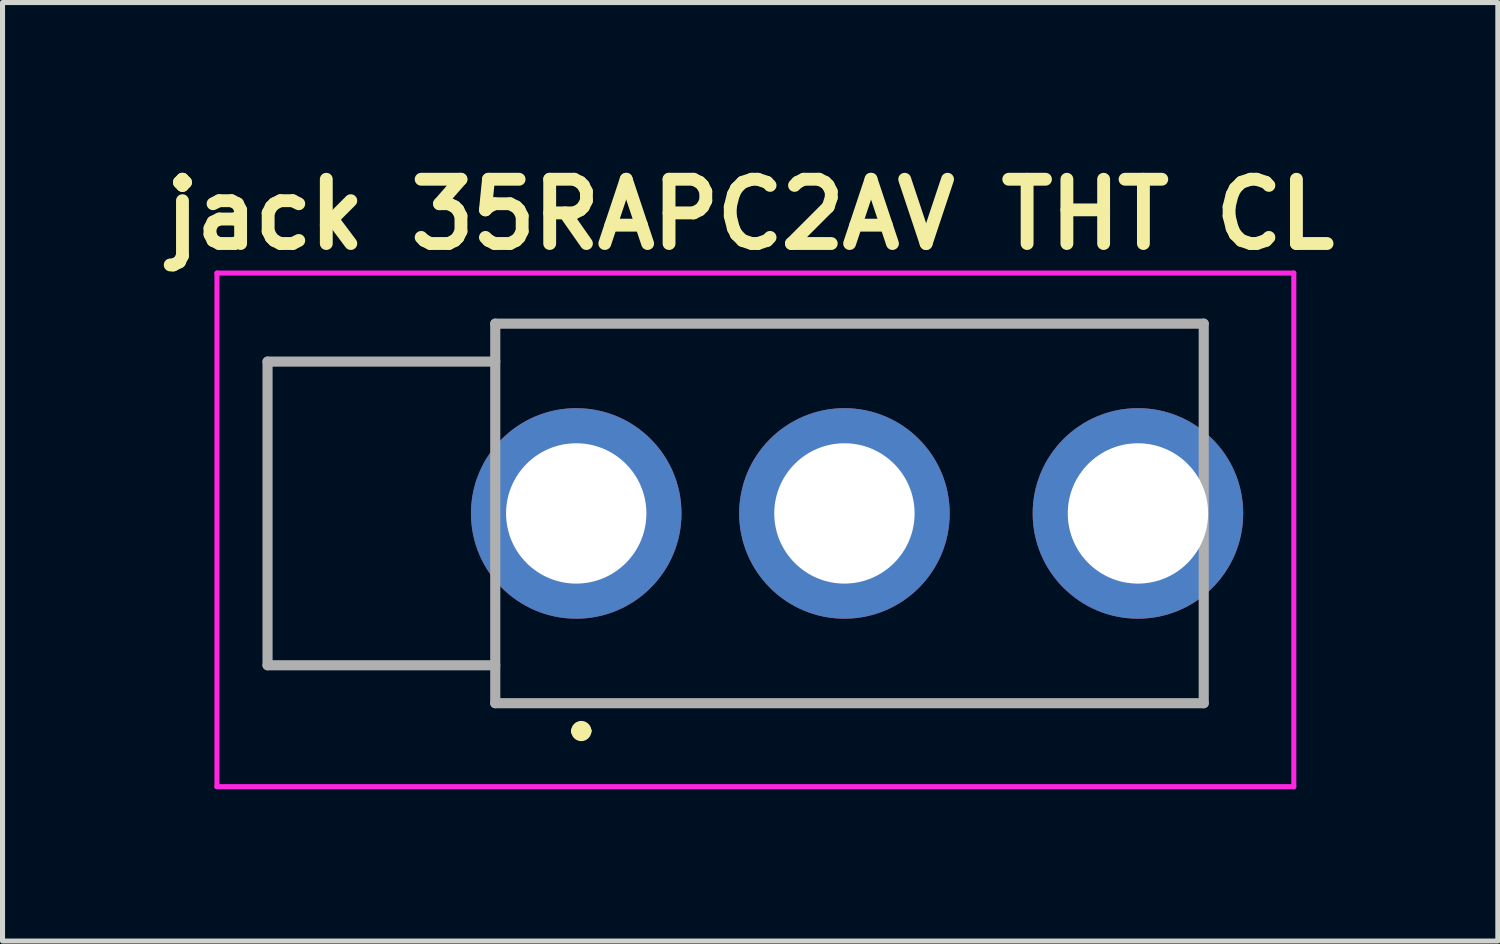
<source format=kicad_pcb>
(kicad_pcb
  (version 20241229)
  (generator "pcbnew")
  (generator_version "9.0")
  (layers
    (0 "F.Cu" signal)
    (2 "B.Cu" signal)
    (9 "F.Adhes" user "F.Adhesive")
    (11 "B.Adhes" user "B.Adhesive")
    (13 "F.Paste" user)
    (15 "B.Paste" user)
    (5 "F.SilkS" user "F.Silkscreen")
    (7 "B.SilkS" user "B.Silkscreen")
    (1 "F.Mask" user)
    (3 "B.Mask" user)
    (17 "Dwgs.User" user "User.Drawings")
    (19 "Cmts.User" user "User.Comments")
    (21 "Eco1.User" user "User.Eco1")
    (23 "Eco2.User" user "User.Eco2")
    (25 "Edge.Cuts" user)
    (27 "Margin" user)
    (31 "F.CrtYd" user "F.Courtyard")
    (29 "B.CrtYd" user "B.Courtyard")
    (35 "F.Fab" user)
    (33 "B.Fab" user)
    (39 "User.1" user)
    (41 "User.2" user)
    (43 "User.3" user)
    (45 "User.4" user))
  (footprint "jack 35RAPC2AV THT CL"
    (layer "F.Cu")
    (at 14.417 7.421)
    (property "Reference" "jack 35RAPC2AV THT CL" (at -2.643 -6.233 0) (layer "F.SilkS") (effects (font (size 1.27 1.27) (thickness 0.254))))
    (attr through_hole)
    (fp_line (start -12.18 -3.325) (end -12.18 2.675) (stroke (width 0.1) (type solid)) (layer "F.SilkS"))
    (fp_line (start -12.18 2.675) (end -7.68 2.675) (stroke (width 0.1) (type solid)) (layer "F.SilkS"))
    (fp_line (start -7.68 -4.075) (end -7.68 -3.325) (stroke (width 0.1) (type solid)) (layer "F.SilkS"))
    (fp_line (start -7.68 -3.325) (end -12.18 -3.325) (stroke (width 0.1) (type solid)) (layer "F.SilkS"))
    (fp_line (start -7.68 2.675) (end -7.68 3.425) (stroke (width 0.1) (type solid)) (layer "F.SilkS"))
    (fp_line (start -7.68 3.425) (end 6.32 3.425) (stroke (width 0.1) (type solid)) (layer "F.SilkS"))
    (fp_line (start -6.08 3.975) (end -6.08 3.975) (stroke (width 0.2) (type solid)) (layer "F.SilkS"))
    (fp_line (start -5.88 3.975) (end -5.88 3.975) (stroke (width 0.2) (type solid)) (layer "F.SilkS"))
    (fp_line (start 6.32 -4.075) (end -7.68 -4.075) (stroke (width 0.1) (type solid)) (layer "F.SilkS"))
    (fp_line (start 6.32 -2.865) (end 6.32 -4.075) (stroke (width 0.1) (type solid)) (layer "F.SilkS"))
    (fp_line (start 6.32 3.425) (end 6.32 2.215) (stroke (width 0.1) (type solid)) (layer "F.SilkS"))
    (fp_arc (start -6.08 3.975) (mid -5.98 3.875) (end -5.88 3.975) (stroke (width 0.2) (type solid)) (layer "F.SilkS"))
    (fp_arc (start -5.88 3.975) (mid -5.98 4.075) (end -6.08 3.975) (stroke (width 0.2) (type solid)) (layer "F.SilkS"))
    (fp_line (start -13.18 -5.075) (end 8.1 -5.075) (stroke (width 0.1) (type solid)) (layer "F.CrtYd"))
    (fp_line (start -13.18 5.075) (end -13.18 -5.075) (stroke (width 0.1) (type solid)) (layer "F.CrtYd"))
    (fp_line (start 8.1 -5.075) (end 8.1 5.075) (stroke (width 0.1) (type solid)) (layer "F.CrtYd"))
    (fp_line (start 8.1 5.075) (end -13.18 5.075) (stroke (width 0.1) (type solid)) (layer "F.CrtYd"))
    (fp_line (start -12.18 -3.325) (end -12.18 2.675) (stroke (width 0.2) (type solid)) (layer "F.Fab"))
    (fp_line (start -12.18 2.675) (end -7.68 2.675) (stroke (width 0.2) (type solid)) (layer "F.Fab"))
    (fp_line (start -7.68 -4.075) (end 6.32 -4.075) (stroke (width 0.2) (type solid)) (layer "F.Fab"))
    (fp_line (start -7.68 -3.325) (end -12.18 -3.325) (stroke (width 0.2) (type solid)) (layer "F.Fab"))
    (fp_line (start -7.68 3.425) (end -7.68 -4.075) (stroke (width 0.2) (type solid)) (layer "F.Fab"))
    (fp_line (start 6.32 -4.075) (end 6.32 3.425) (stroke (width 0.2) (type solid)) (layer "F.Fab"))
    (fp_line (start 6.32 3.425) (end -7.68 3.425) (stroke (width 0.2) (type solid)) (layer "F.Fab"))
    (pad "1" thru_hole circle (at -6.08 -0.325) (size 4.16 4.16) (drill 2.773) (layers "*.Cu" "*.Mask"))
    (pad "2" thru_hole circle (at -0.78 -0.325) (size 4.16 4.16) (drill 2.773) (layers "*.Cu" "*.Mask"))
    (pad "3" thru_hole circle (at 5.02 -0.325) (size 4.16 4.16) (drill 2.773) (layers "*.Cu" "*.Mask")))
  (gr_rect
    (start -3 -3)
    (end 26.549 15.546)
    (stroke (width 0.1) (type default))
    (fill no)
    (layer "Edge.Cuts")))
</source>
